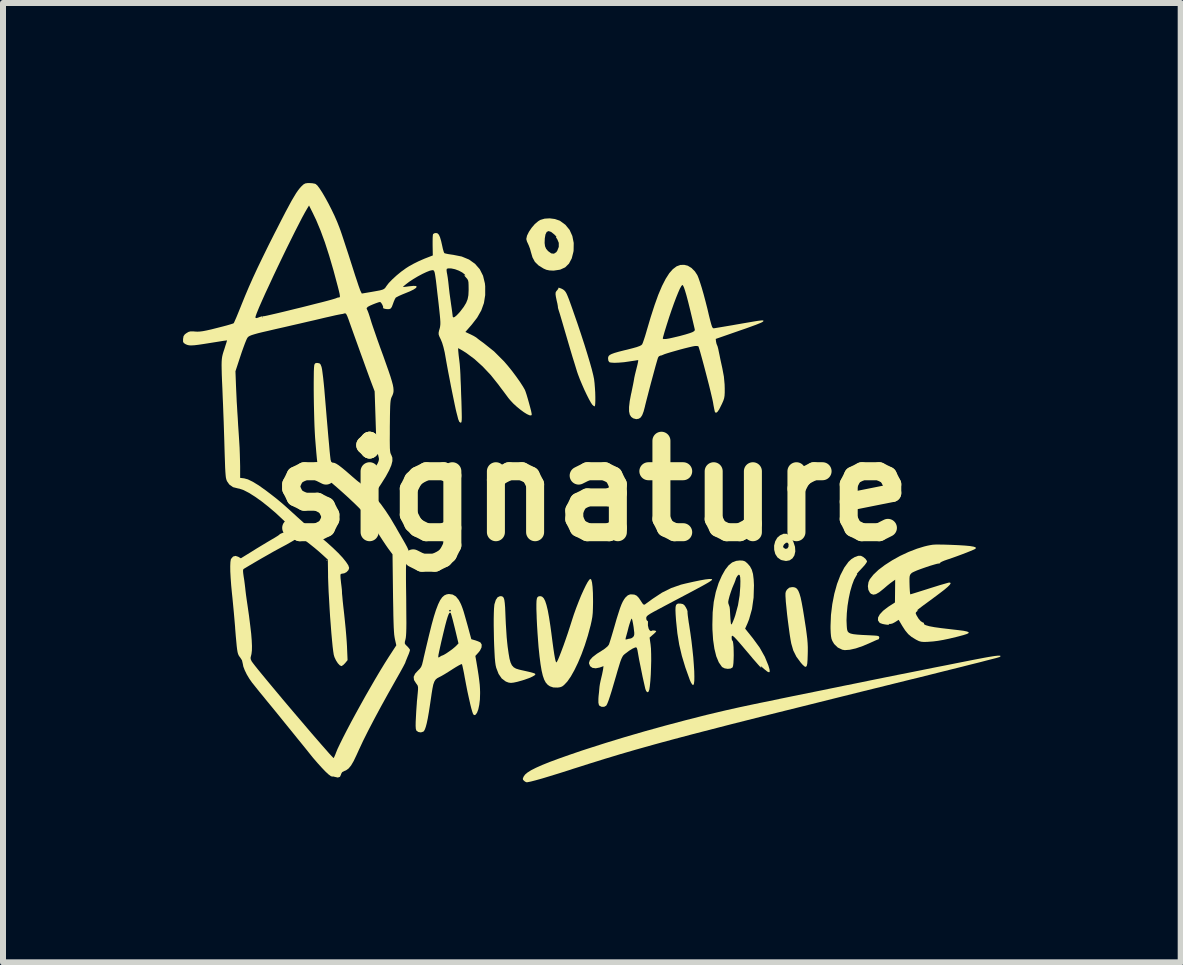
<source format=kicad_pcb>
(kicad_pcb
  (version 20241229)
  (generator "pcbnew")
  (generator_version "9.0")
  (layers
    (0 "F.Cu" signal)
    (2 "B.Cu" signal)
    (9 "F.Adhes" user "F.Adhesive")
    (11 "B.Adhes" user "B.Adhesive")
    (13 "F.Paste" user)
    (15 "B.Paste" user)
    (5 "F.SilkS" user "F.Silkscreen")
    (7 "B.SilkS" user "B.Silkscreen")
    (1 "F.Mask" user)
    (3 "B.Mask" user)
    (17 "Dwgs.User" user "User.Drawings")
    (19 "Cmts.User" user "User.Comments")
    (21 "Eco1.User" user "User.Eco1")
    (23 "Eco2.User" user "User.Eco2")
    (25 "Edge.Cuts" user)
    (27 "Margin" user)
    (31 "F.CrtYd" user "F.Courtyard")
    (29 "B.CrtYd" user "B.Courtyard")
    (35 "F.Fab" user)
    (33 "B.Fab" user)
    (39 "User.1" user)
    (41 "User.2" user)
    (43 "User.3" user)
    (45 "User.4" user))
  (footprint "signature"
    (layer "F.Cu")
    (at 6.809 5.128)
    (property "Reference" "signature" (at 0 0 0) (layer "F.SilkS") (effects (font (size 1.524 1.524) (thickness 0.3))))
    (attr board_only exclude_from_pos_files exclude_from_bom)
    (fp_poly (pts (xy -4.405 1.157) (xy -4.412 1.165) (xy -4.42 1.157) (xy -4.412 1.15)) (stroke (width 0) (type solid)) (fill yes) (layer "F.SilkS"))
    (fp_poly (pts (xy 3.249 0.716) (xy 3.294 0.745) (xy 3.337 0.802) (xy 3.359 0.847) (xy 3.387 0.932) (xy 3.392 1.009) (xy 3.377 1.075) (xy 3.345 1.125) (xy 3.297 1.158) (xy 3.237 1.169) (xy 3.166 1.155) (xy 3.148 1.148) (xy 3.094 1.109) (xy 3.058 1.052) (xy 3.04 0.983) (xy 3.039 0.926) (xy 3.188 0.926) (xy 3.196 0.948) (xy 3.227 0.967) (xy 3.258 0.961) (xy 3.278 0.933) (xy 3.278 0.931) (xy 3.28 0.888) (xy 3.264 0.865) (xy 3.237 0.865) (xy 3.206 0.892) (xy 3.203 0.895) (xy 3.188 0.926) (xy 3.039 0.926) (xy 3.039 0.911) (xy 3.057 0.841) (xy 3.092 0.78) (xy 3.138 0.741) (xy 3.197 0.715)) (stroke (width 0) (type solid)) (fill yes) (layer "F.SilkS"))
    (fp_poly (pts (xy 1.477 1.879) (xy 1.482 1.879) (xy 1.52 1.887) (xy 1.546 1.908) (xy 1.569 1.943) (xy 1.588 1.981) (xy 1.596 2.008) (xy 1.596 2.014) (xy 1.596 2.032) (xy 1.6 2.074) (xy 1.608 2.134) (xy 1.618 2.205) (xy 1.62 2.213) (xy 1.642 2.359) (xy 1.662 2.503) (xy 1.678 2.643) (xy 1.692 2.776) (xy 1.701 2.897) (xy 1.708 3.005) (xy 1.71 3.096) (xy 1.709 3.166) (xy 1.703 3.214) (xy 1.692 3.236) (xy 1.689 3.237) (xy 1.672 3.224) (xy 1.651 3.189) (xy 1.634 3.15) (xy 1.56 2.943) (xy 1.502 2.751) (xy 1.458 2.564) (xy 1.427 2.374) (xy 1.406 2.171) (xy 1.405 2.161) (xy 1.398 2.061) (xy 1.395 1.987) (xy 1.397 1.935) (xy 1.405 1.903) (xy 1.421 1.885) (xy 1.444 1.878)) (stroke (width 0) (type solid)) (fill yes) (layer "F.SilkS"))
    (fp_poly (pts (xy 3.371 1.606) (xy 3.399 1.616) (xy 3.422 1.635) (xy 3.443 1.667) (xy 3.462 1.714) (xy 3.481 1.779) (xy 3.499 1.865) (xy 3.519 1.975) (xy 3.541 2.111) (xy 3.549 2.164) (xy 3.568 2.285) (xy 3.581 2.383) (xy 3.591 2.465) (xy 3.597 2.536) (xy 3.6 2.604) (xy 3.6 2.674) (xy 3.599 2.719) (xy 3.596 2.813) (xy 3.591 2.879) (xy 3.582 2.918) (xy 3.567 2.933) (xy 3.545 2.926) (xy 3.514 2.898) (xy 3.484 2.864) (xy 3.41 2.764) (xy 3.358 2.66) (xy 3.324 2.542) (xy 3.312 2.477) (xy 3.298 2.389) (xy 3.284 2.285) (xy 3.269 2.172) (xy 3.255 2.057) (xy 3.244 1.947) (xy 3.234 1.849) (xy 3.232 1.815) (xy 3.228 1.751) (xy 3.228 1.708) (xy 3.234 1.679) (xy 3.246 1.657) (xy 3.254 1.645) (xy 3.291 1.613) (xy 3.339 1.604)) (stroke (width 0) (type solid)) (fill yes) (layer "F.SilkS"))
    (fp_poly (pts (xy -1.498 1.757) (xy -1.48 1.766) (xy -1.466 1.785) (xy -1.456 1.818) (xy -1.449 1.869) (xy -1.443 1.94) (xy -1.439 2.036) (xy -1.436 2.11) (xy -1.431 2.219) (xy -1.424 2.331) (xy -1.417 2.439) (xy -1.408 2.532) (xy -1.401 2.596) (xy -1.385 2.709) (xy -1.37 2.796) (xy -1.352 2.861) (xy -1.33 2.907) (xy -1.3 2.94) (xy -1.262 2.962) (xy -1.211 2.978) (xy -1.169 2.988) (xy -1.079 3.008) (xy -1.015 3.023) (xy -0.973 3.035) (xy -0.949 3.044) (xy -0.939 3.053) (xy -0.938 3.056) (xy -0.952 3.074) (xy -0.99 3.096) (xy -1.047 3.121) (xy -1.117 3.146) (xy -1.158 3.159) (xy -1.24 3.182) (xy -1.301 3.195) (xy -1.346 3.2) (xy -1.384 3.195) (xy -1.42 3.182) (xy -1.435 3.175) (xy -1.5 3.126) (xy -1.552 3.05) (xy -1.591 2.949) (xy -1.601 2.906) (xy -1.608 2.857) (xy -1.615 2.783) (xy -1.62 2.691) (xy -1.625 2.586) (xy -1.629 2.472) (xy -1.631 2.355) (xy -1.633 2.24) (xy -1.633 2.132) (xy -1.631 2.037) (xy -1.628 1.96) (xy -1.623 1.905) (xy -1.621 1.89) (xy -1.598 1.817) (xy -1.568 1.773) (xy -1.529 1.755) (xy -1.521 1.755)) (stroke (width 0) (type solid)) (fill yes) (layer "F.SilkS"))
    (fp_poly (pts (xy -0.614 -4.529) (xy -0.538 -4.503) (xy -0.529 -4.499) (xy -0.439 -4.433) (xy -0.369 -4.348) (xy -0.323 -4.246) (xy -0.3 -4.13) (xy -0.302 -4.004) (xy -0.305 -3.983) (xy -0.333 -3.873) (xy -0.379 -3.786) (xy -0.443 -3.723) (xy -0.526 -3.685) (xy -0.628 -3.67) (xy -0.634 -3.669) (xy -0.703 -3.672) (xy -0.756 -3.683) (xy -0.802 -3.703) (xy -0.887 -3.756) (xy -0.947 -3.815) (xy -0.987 -3.889) (xy -1.012 -3.974) (xy -1.028 -4.033) (xy -1.05 -4.091) (xy -1.059 -4.11) (xy -1.068 -4.13) (xy -0.785 -4.13) (xy -0.778 -4.075) (xy -0.76 -4.033) (xy -0.728 -3.995) (xy -0.724 -3.992) (xy -0.674 -3.956) (xy -0.63 -3.951) (xy -0.592 -3.975) (xy -0.575 -3.998) (xy -0.549 -4.064) (xy -0.549 -4.132) (xy -0.574 -4.192) (xy -0.579 -4.199) (xy -0.595 -4.224) (xy -0.594 -4.232) (xy -0.59 -4.23) (xy -0.587 -4.232) (xy -0.603 -4.251) (xy -0.624 -4.272) (xy -0.677 -4.314) (xy -0.719 -4.328) (xy -0.75 -4.314) (xy -0.771 -4.271) (xy -0.782 -4.206) (xy -0.785 -4.13) (xy -1.068 -4.13) (xy -1.079 -4.153) (xy -1.089 -4.19) (xy -1.09 -4.198) (xy -1.078 -4.252) (xy -1.046 -4.317) (xy -1.001 -4.383) (xy -0.948 -4.445) (xy -0.891 -4.493) (xy -0.856 -4.514) (xy -0.785 -4.535) (xy -0.7 -4.54)) (stroke (width 0) (type solid)) (fill yes) (layer "F.SilkS"))
    (fp_poly (pts (xy -0.537 -3.381) (xy -0.509 -3.371) (xy -0.481 -3.357) (xy -0.464 -3.345) (xy -0.448 -3.33) (xy -0.433 -3.31) (xy -0.418 -3.283) (xy -0.401 -3.244) (xy -0.379 -3.189) (xy -0.352 -3.114) (xy -0.317 -3.016) (xy -0.303 -2.975) (xy -0.236 -2.783) (xy -0.175 -2.6) (xy -0.12 -2.431) (xy -0.072 -2.276) (xy -0.031 -2.139) (xy 0.002 -2.022) (xy 0.025 -1.929) (xy 0.039 -1.861) (xy 0.047 -1.794) (xy 0.053 -1.718) (xy 0.058 -1.64) (xy 0.06 -1.564) (xy 0.06 -1.498) (xy 0.058 -1.446) (xy 0.053 -1.414) (xy 0.048 -1.407) (xy 0.029 -1.417) (xy 0.01 -1.434) (xy -0.013 -1.468) (xy -0.045 -1.525) (xy -0.082 -1.598) (xy -0.122 -1.682) (xy -0.161 -1.771) (xy -0.198 -1.859) (xy -0.229 -1.941) (xy -0.243 -1.981) (xy -0.262 -2.043) (xy -0.288 -2.128) (xy -0.32 -2.23) (xy -0.354 -2.344) (xy -0.389 -2.463) (xy -0.423 -2.579) (xy -0.455 -2.688) (xy -0.484 -2.788) (xy -0.51 -2.876) (xy -0.531 -2.947) (xy -0.547 -2.997) (xy -0.555 -3.023) (xy -0.556 -3.026) (xy -0.563 -3.052) (xy -0.563 -3.059) (xy -0.565 -3.079) (xy -0.572 -3.119) (xy -0.583 -3.165) (xy -0.597 -3.232) (xy -0.603 -3.276) (xy -0.601 -3.306) (xy -0.589 -3.328) (xy -0.576 -3.342) (xy -0.558 -3.366) (xy -0.555 -3.379) (xy -0.555 -3.385)) (stroke (width 0) (type solid)) (fill yes) (layer "F.SilkS"))
    (fp_poly (pts (xy 4.486 1.083) (xy 4.525 1.103) (xy 4.561 1.133) (xy 4.583 1.165) (xy 4.587 1.178) (xy 4.576 1.199) (xy 4.55 1.235) (xy 4.511 1.279) (xy 4.492 1.299) (xy 4.453 1.34) (xy 4.427 1.37) (xy 4.416 1.384) (xy 4.418 1.384) (xy 4.424 1.387) (xy 4.413 1.407) (xy 4.407 1.416) (xy 4.371 1.48) (xy 4.338 1.568) (xy 4.307 1.674) (xy 4.282 1.792) (xy 4.262 1.916) (xy 4.25 2.04) (xy 4.245 2.158) (xy 4.249 2.25) (xy 4.252 2.29) (xy 4.257 2.321) (xy 4.267 2.346) (xy 4.285 2.364) (xy 4.315 2.378) (xy 4.359 2.388) (xy 4.421 2.395) (xy 4.505 2.401) (xy 4.613 2.406) (xy 4.708 2.411) (xy 4.756 2.415) (xy 4.781 2.422) (xy 4.79 2.436) (xy 4.791 2.444) (xy 4.784 2.469) (xy 4.776 2.475) (xy 4.756 2.481) (xy 4.716 2.498) (xy 4.665 2.521) (xy 4.655 2.526) (xy 4.52 2.584) (xy 4.401 2.625) (xy 4.299 2.648) (xy 4.217 2.654) (xy 4.175 2.647) (xy 4.1 2.611) (xy 4.039 2.552) (xy 4.009 2.501) (xy 3.995 2.465) (xy 3.987 2.423) (xy 3.982 2.369) (xy 3.979 2.295) (xy 3.979 2.25) (xy 3.986 2.068) (xy 4.008 1.888) (xy 4.042 1.714) (xy 4.087 1.552) (xy 4.143 1.405) (xy 4.208 1.279) (xy 4.277 1.184) (xy 4.326 1.138) (xy 4.383 1.103) (xy 4.439 1.083) (xy 4.485 1.082)) (stroke (width 0) (type solid)) (fill yes) (layer "F.SilkS"))
    (fp_poly (pts (xy -0.007 1.482) (xy 0.005 1.527) (xy 0.014 1.601) (xy 0.02 1.703) (xy 0.022 1.834) (xy 0.022 1.861) (xy 0.02 1.958) (xy 0.017 2.034) (xy 0.01 2.101) (xy -0.002 2.167) (xy -0.019 2.244) (xy -0.022 2.254) (xy -0.065 2.414) (xy -0.115 2.572) (xy -0.17 2.723) (xy -0.229 2.864) (xy -0.289 2.988) (xy -0.348 3.093) (xy -0.404 3.174) (xy -0.422 3.194) (xy -0.462 3.236) (xy -0.494 3.26) (xy -0.527 3.272) (xy -0.568 3.278) (xy -0.64 3.276) (xy -0.696 3.257) (xy -0.733 3.232) (xy -0.765 3.196) (xy -0.792 3.146) (xy -0.815 3.08) (xy -0.835 2.995) (xy -0.853 2.888) (xy -0.87 2.756) (xy -0.886 2.602) (xy -0.894 2.496) (xy -0.903 2.373) (xy -0.911 2.244) (xy -0.917 2.123) (xy -0.918 2.077) (xy -0.922 1.97) (xy -0.922 1.89) (xy -0.92 1.832) (xy -0.914 1.794) (xy -0.903 1.77) (xy -0.886 1.759) (xy -0.864 1.755) (xy -0.855 1.755) (xy -0.827 1.763) (xy -0.8 1.789) (xy -0.776 1.835) (xy -0.754 1.902) (xy -0.732 1.993) (xy -0.711 2.108) (xy -0.689 2.251) (xy -0.673 2.368) (xy -0.654 2.515) (xy -0.638 2.633) (xy -0.624 2.725) (xy -0.612 2.792) (xy -0.602 2.835) (xy -0.593 2.856) (xy -0.589 2.859) (xy -0.578 2.845) (xy -0.559 2.807) (xy -0.534 2.746) (xy -0.504 2.668) (xy -0.47 2.577) (xy -0.434 2.475) (xy -0.397 2.367) (xy -0.361 2.256) (xy -0.334 2.171) (xy -0.299 2.063) (xy -0.26 1.954) (xy -0.219 1.848) (xy -0.178 1.747) (xy -0.137 1.656) (xy -0.1 1.579) (xy -0.068 1.52) (xy -0.041 1.481) (xy -0.023 1.467)) (stroke (width 0) (type solid)) (fill yes) (layer "F.SilkS"))
    (fp_poly (pts (xy 6.804 2.746) (xy 6.813 2.754) (xy 6.796 2.769) (xy 6.779 2.774) (xy 6.734 2.787) (xy 6.663 2.805) (xy 6.57 2.829) (xy 6.455 2.859) (xy 6.321 2.892) (xy 6.169 2.931) (xy 6.003 2.972) (xy 5.823 3.017) (xy 5.632 3.065) (xy 5.432 3.115) (xy 5.328 3.14) (xy 4.896 3.247) (xy 4.491 3.347) (xy 4.113 3.441) (xy 3.761 3.529) (xy 3.432 3.611) (xy 3.126 3.687) (xy 2.842 3.758) (xy 2.577 3.825) (xy 2.331 3.887) (xy 2.102 3.946) (xy 1.889 4.001) (xy 1.691 4.052) (xy 1.506 4.101) (xy 1.333 4.147) (xy 1.17 4.191) (xy 1.017 4.233) (xy 0.871 4.274) (xy 0.732 4.313) (xy 0.598 4.352) (xy 0.467 4.39) (xy 0.339 4.429) (xy 0.212 4.467) (xy 0.085 4.507) (xy -0.044 4.547) (xy -0.175 4.589) (xy -0.312 4.632) (xy -0.356 4.647) (xy -0.536 4.704) (xy -0.692 4.752) (xy -0.824 4.792) (xy -0.931 4.822) (xy -1.012 4.843) (xy -1.066 4.854) (xy -1.085 4.856) (xy -1.109 4.846) (xy -1.127 4.832) (xy -1.145 4.813) (xy -1.148 4.797) (xy -1.139 4.771) (xy -1.133 4.759) (xy -1.11 4.727) (xy -1.07 4.693) (xy -1.01 4.655) (xy -0.929 4.614) (xy -0.826 4.568) (xy -0.699 4.517) (xy -0.548 4.461) (xy -0.37 4.398) (xy -0.165 4.328) (xy -0.076 4.299) (xy 0.227 4.202) (xy 0.551 4.103) (xy 0.888 4.005) (xy 1.231 3.91) (xy 1.574 3.819) (xy 1.909 3.734) (xy 2.229 3.658) (xy 2.452 3.608) (xy 2.546 3.588) (xy 2.663 3.563) (xy 2.802 3.534) (xy 2.961 3.502) (xy 3.136 3.465) (xy 3.326 3.426) (xy 3.528 3.385) (xy 3.741 3.342) (xy 3.961 3.297) (xy 4.186 3.251) (xy 4.415 3.205) (xy 4.644 3.158) (xy 4.871 3.112) (xy 5.095 3.067) (xy 5.313 3.024) (xy 5.522 2.982) (xy 5.72 2.942) (xy 5.905 2.906) (xy 6.074 2.872) (xy 6.226 2.842) (xy 6.357 2.816) (xy 6.467 2.795) (xy 6.551 2.779) (xy 6.608 2.769) (xy 6.613 2.768) (xy 6.705 2.753) (xy 6.768 2.746)) (stroke (width 0) (type solid)) (fill yes) (layer "F.SilkS"))
    (fp_poly (pts (xy 2.518 1.163) (xy 2.554 1.175) (xy 2.59 1.205) (xy 2.595 1.21) (xy 2.637 1.258) (xy 2.667 1.315) (xy 2.687 1.385) (xy 2.698 1.475) (xy 2.703 1.573) (xy 2.697 1.779) (xy 2.67 1.969) (xy 2.622 2.14) (xy 2.594 2.211) (xy 2.556 2.296) (xy 2.685 2.457) (xy 2.798 2.612) (xy 2.884 2.765) (xy 2.943 2.909) (xy 2.962 2.973) (xy 2.966 3.011) (xy 2.955 3.024) (xy 2.926 3.012) (xy 2.88 2.975) (xy 2.864 2.961) (xy 2.832 2.933) (xy 2.814 2.921) (xy 2.815 2.926) (xy 2.816 2.926) (xy 2.826 2.944) (xy 2.82 2.945) (xy 2.804 2.93) (xy 2.773 2.896) (xy 2.731 2.848) (xy 2.681 2.791) (xy 2.666 2.772) (xy 2.576 2.666) (xy 2.504 2.581) (xy 2.448 2.516) (xy 2.406 2.469) (xy 2.375 2.437) (xy 2.354 2.42) (xy 2.341 2.414) (xy 2.334 2.419) (xy 2.332 2.433) (xy 2.331 2.451) (xy 2.335 2.483) (xy 2.343 2.496) (xy 2.344 2.496) (xy 2.352 2.51) (xy 2.358 2.548) (xy 2.363 2.603) (xy 2.365 2.669) (xy 2.366 2.74) (xy 2.364 2.809) (xy 2.361 2.87) (xy 2.355 2.916) (xy 2.347 2.941) (xy 2.347 2.942) (xy 2.314 2.961) (xy 2.266 2.966) (xy 2.215 2.958) (xy 2.174 2.937) (xy 2.168 2.931) (xy 2.117 2.858) (xy 2.075 2.757) (xy 2.044 2.631) (xy 2.022 2.481) (xy 2.011 2.309) (xy 2.01 2.226) (xy 2.015 2.024) (xy 2.033 1.851) (xy 2.274 1.851) (xy 2.277 1.878) (xy 2.283 1.894) (xy 2.297 1.936) (xy 2.302 1.974) (xy 2.304 2.012) (xy 2.307 2.068) (xy 2.311 2.13) (xy 2.311 2.132) (xy 2.316 2.189) (xy 2.32 2.219) (xy 2.326 2.227) (xy 2.334 2.218) (xy 2.34 2.208) (xy 2.355 2.174) (xy 2.375 2.123) (xy 2.392 2.073) (xy 2.437 1.906) (xy 2.464 1.743) (xy 2.475 1.596) (xy 2.477 1.504) (xy 2.474 1.441) (xy 2.465 1.405) (xy 2.451 1.396) (xy 2.431 1.413) (xy 2.425 1.421) (xy 2.406 1.453) (xy 2.399 1.474) (xy 2.392 1.496) (xy 2.377 1.535) (xy 2.364 1.565) (xy 2.341 1.62) (xy 2.317 1.688) (xy 2.297 1.75) (xy 2.281 1.811) (xy 2.274 1.851) (xy 2.033 1.851) (xy 2.034 1.846) (xy 2.067 1.685) (xy 2.114 1.536) (xy 2.168 1.414) (xy 2.224 1.314) (xy 2.281 1.241) (xy 2.34 1.193) (xy 2.407 1.167) (xy 2.468 1.16)) (stroke (width 0) (type solid)) (fill yes) (layer "F.SilkS"))
    (fp_poly (pts (xy 5.867 0.896) (xy 5.964 0.899) (xy 6.106 0.905) (xy 6.219 0.912) (xy 6.304 0.92) (xy 6.362 0.93) (xy 6.394 0.941) (xy 6.402 0.954) (xy 6.387 0.969) (xy 6.36 0.982) (xy 6.31 1.003) (xy 6.243 1.03) (xy 6.167 1.059) (xy 6.086 1.089) (xy 6.008 1.117) (xy 5.938 1.141) (xy 5.931 1.143) (xy 5.874 1.163) (xy 5.832 1.181) (xy 5.809 1.194) (xy 5.807 1.198) (xy 5.801 1.208) (xy 5.789 1.21) (xy 5.755 1.215) (xy 5.701 1.23) (xy 5.634 1.25) (xy 5.56 1.275) (xy 5.486 1.301) (xy 5.419 1.326) (xy 5.367 1.349) (xy 5.336 1.365) (xy 5.333 1.367) (xy 5.316 1.384) (xy 5.304 1.401) (xy 5.297 1.425) (xy 5.294 1.46) (xy 5.294 1.514) (xy 5.296 1.59) (xy 5.297 1.615) (xy 5.3 1.668) (xy 5.304 1.707) (xy 5.308 1.724) (xy 5.309 1.725) (xy 5.325 1.72) (xy 5.365 1.708) (xy 5.426 1.689) (xy 5.502 1.665) (xy 5.591 1.637) (xy 5.625 1.626) (xy 5.718 1.597) (xy 5.801 1.571) (xy 5.871 1.551) (xy 5.923 1.536) (xy 5.953 1.528) (xy 5.957 1.528) (xy 5.976 1.532) (xy 5.979 1.545) (xy 5.964 1.567) (xy 5.93 1.601) (xy 5.876 1.647) (xy 5.799 1.706) (xy 5.7 1.78) (xy 5.612 1.845) (xy 5.527 1.907) (xy 5.466 1.953) (xy 5.43 1.982) (xy 5.418 1.996) (xy 5.429 1.994) (xy 5.438 1.99) (xy 5.442 1.99) (xy 5.424 2.005) (xy 5.423 2.005) (xy 5.402 2.024) (xy 5.398 2.043) (xy 5.412 2.074) (xy 5.414 2.078) (xy 5.445 2.129) (xy 5.48 2.17) (xy 5.511 2.191) (xy 5.521 2.194) (xy 5.535 2.201) (xy 5.534 2.207) (xy 5.537 2.223) (xy 5.567 2.239) (xy 5.626 2.256) (xy 5.712 2.272) (xy 5.828 2.288) (xy 5.973 2.305) (xy 5.997 2.308) (xy 6.112 2.321) (xy 6.197 2.332) (xy 6.253 2.344) (xy 6.28 2.356) (xy 6.279 2.369) (xy 6.25 2.385) (xy 6.194 2.403) (xy 6.112 2.425) (xy 6.077 2.434) (xy 5.956 2.463) (xy 5.856 2.484) (xy 5.769 2.499) (xy 5.69 2.509) (xy 5.609 2.515) (xy 5.598 2.516) (xy 5.535 2.518) (xy 5.49 2.514) (xy 5.453 2.504) (xy 5.41 2.483) (xy 5.401 2.478) (xy 5.329 2.434) (xy 5.272 2.386) (xy 5.222 2.325) (xy 5.174 2.251) (xy 5.114 2.149) (xy 5.053 2.188) (xy 5.013 2.209) (xy 4.98 2.218) (xy 4.97 2.218) (xy 4.955 2.217) (xy 4.956 2.222) (xy 4.95 2.23) (xy 4.924 2.231) (xy 4.886 2.226) (xy 4.846 2.218) (xy 4.811 2.206) (xy 4.795 2.197) (xy 4.769 2.158) (xy 4.771 2.11) (xy 4.8 2.057) (xy 4.855 1.998) (xy 4.935 1.936) (xy 4.956 1.922) (xy 5.052 1.86) (xy 5.054 1.67) (xy 5.056 1.48) (xy 5.007 1.515) (xy 4.972 1.541) (xy 4.923 1.58) (xy 4.871 1.625) (xy 4.859 1.635) (xy 4.79 1.69) (xy 4.736 1.721) (xy 4.692 1.73) (xy 4.656 1.717) (xy 4.636 1.7) (xy 4.609 1.65) (xy 4.601 1.588) (xy 4.611 1.521) (xy 4.633 1.473) (xy 4.693 1.397) (xy 4.778 1.316) (xy 4.884 1.236) (xy 5.005 1.158) (xy 5.138 1.084) (xy 5.277 1.019) (xy 5.419 0.964) (xy 5.54 0.927) (xy 5.593 0.914) (xy 5.638 0.905) (xy 5.681 0.898) (xy 5.73 0.895) (xy 5.79 0.895)) (stroke (width 0) (type solid)) (fill yes) (layer "F.SilkS"))
    (fp_poly (pts (xy -2.317 1.728) (xy -2.263 1.76) (xy -2.216 1.818) (xy -2.192 1.862) (xy -2.178 1.891) (xy -2.165 1.923) (xy -2.151 1.961) (xy -2.135 2.009) (xy -2.117 2.071) (xy -2.094 2.152) (xy -2.065 2.255) (xy -2.041 2.344) (xy -2.006 2.472) (xy -1.94 2.491) (xy -1.895 2.507) (xy -1.86 2.523) (xy -1.853 2.528) (xy -1.833 2.562) (xy -1.836 2.609) (xy -1.862 2.662) (xy -1.885 2.691) (xy -1.939 2.751) (xy -1.922 2.847) (xy -1.901 2.973) (xy -1.885 3.076) (xy -1.874 3.16) (xy -1.866 3.23) (xy -1.862 3.292) (xy -1.86 3.352) (xy -1.86 3.375) (xy -1.863 3.476) (xy -1.874 3.566) (xy -1.89 3.641) (xy -1.911 3.697) (xy -1.935 3.73) (xy -1.953 3.737) (xy -1.966 3.732) (xy -1.978 3.715) (xy -1.99 3.681) (xy -2.006 3.626) (xy -2.026 3.546) (xy -2.027 3.54) (xy -2.048 3.447) (xy -2.072 3.337) (xy -2.094 3.225) (xy -2.113 3.123) (xy -2.114 3.12) (xy -2.128 3.041) (xy -2.142 2.973) (xy -2.153 2.922) (xy -2.161 2.892) (xy -2.163 2.887) (xy -2.178 2.89) (xy -2.214 2.908) (xy -2.264 2.937) (xy -2.323 2.974) (xy -2.324 2.975) (xy -2.39 3.017) (xy -2.455 3.057) (xy -2.509 3.088) (xy -2.541 3.104) (xy -2.576 3.123) (xy -2.603 3.147) (xy -2.623 3.18) (xy -2.64 3.228) (xy -2.654 3.296) (xy -2.669 3.388) (xy -2.671 3.404) (xy -2.694 3.56) (xy -2.714 3.689) (xy -2.732 3.792) (xy -2.749 3.873) (xy -2.765 3.933) (xy -2.78 3.975) (xy -2.795 4.002) (xy -2.806 4.012) (xy -2.846 4.025) (xy -2.889 4.018) (xy -2.92 3.996) (xy -2.923 3.991) (xy -2.931 3.964) (xy -2.934 3.917) (xy -2.933 3.848) (xy -2.929 3.768) (xy -2.924 3.675) (xy -2.919 3.604) (xy -2.915 3.549) (xy -2.912 3.502) (xy -2.907 3.455) (xy -2.902 3.4) (xy -2.899 3.37) (xy -2.894 3.31) (xy -2.894 3.272) (xy -2.9 3.245) (xy -2.915 3.222) (xy -2.927 3.206) (xy -2.961 3.152) (xy -2.967 3.099) (xy -2.943 3.047) (xy -2.9 3) (xy -2.866 2.966) (xy -2.843 2.935) (xy -2.827 2.896) (xy -2.813 2.84) (xy -2.808 2.82) (xy -2.797 2.767) (xy -2.795 2.76) (xy -2.557 2.76) (xy -2.555 2.775) (xy -2.548 2.776) (xy -2.536 2.769) (xy -2.534 2.767) (xy -2.505 2.749) (xy -2.49 2.744) (xy -2.465 2.733) (xy -2.424 2.709) (xy -2.374 2.675) (xy -2.324 2.639) (xy -2.282 2.604) (xy -2.257 2.581) (xy -2.22 2.542) (xy -2.278 2.3) (xy -2.299 2.217) (xy -2.317 2.145) (xy -2.333 2.087) (xy -2.344 2.05) (xy -2.348 2.039) (xy -2.359 2.029) (xy -2.371 2.034) (xy -2.384 2.056) (xy -2.4 2.098) (xy -2.419 2.16) (xy -2.442 2.246) (xy -2.469 2.357) (xy -2.502 2.496) (xy -2.505 2.508) (xy -2.527 2.607) (xy -2.543 2.68) (xy -2.553 2.73) (xy -2.557 2.76) (xy -2.795 2.76) (xy -2.779 2.692) (xy -2.758 2.602) (xy -2.734 2.502) (xy -2.71 2.401) (xy -2.708 2.394) (xy -2.667 2.229) (xy -2.629 2.092) (xy -2.599 1.997) (xy -2.377 1.997) (xy -2.365 2.012) (xy -2.361 2.012) (xy -2.347 2.001) (xy -2.346 1.997) (xy -2.358 1.982) (xy -2.361 1.982) (xy -2.376 1.993) (xy -2.377 1.997) (xy -2.599 1.997) (xy -2.593 1.98) (xy -2.559 1.891) (xy -2.526 1.823) (xy -2.492 1.774) (xy -2.456 1.742) (xy -2.417 1.725) (xy -2.38 1.719)) (stroke (width 0) (type solid)) (fill yes) (layer "F.SilkS"))
    (fp_poly (pts (xy 1.991 1.47) (xy 2.001 1.472) (xy 2.006 1.476) (xy 2.004 1.483) (xy 1.994 1.493) (xy 1.973 1.508) (xy 1.94 1.529) (xy 1.893 1.556) (xy 1.83 1.591) (xy 1.75 1.634) (xy 1.651 1.687) (xy 1.53 1.751) (xy 1.386 1.827) (xy 1.218 1.916) (xy 1.192 1.93) (xy 1.098 1.98) (xy 1.027 2.018) (xy 0.976 2.047) (xy 0.942 2.069) (xy 0.922 2.086) (xy 0.912 2.101) (xy 0.908 2.115) (xy 0.908 2.121) (xy 0.913 2.152) (xy 0.924 2.163) (xy 0.937 2.175) (xy 0.937 2.182) (xy 0.936 2.243) (xy 0.948 2.295) (xy 0.964 2.323) (xy 0.985 2.337) (xy 0.995 2.334) (xy 1.01 2.327) (xy 1.039 2.326) (xy 1.065 2.332) (xy 1.075 2.341) (xy 1.064 2.355) (xy 1.038 2.381) (xy 1.019 2.397) (xy 0.964 2.445) (xy 0.98 2.557) (xy 0.987 2.628) (xy 0.99 2.721) (xy 0.991 2.829) (xy 0.988 2.944) (xy 0.984 3.058) (xy 0.977 3.164) (xy 0.968 3.254) (xy 0.959 3.313) (xy 0.945 3.349) (xy 0.927 3.356) (xy 0.907 3.336) (xy 0.893 3.299) (xy 0.882 3.251) (xy 0.866 3.18) (xy 0.847 3.095) (xy 0.828 3.001) (xy 0.809 2.907) (xy 0.791 2.819) (xy 0.778 2.746) (xy 0.772 2.711) (xy 0.762 2.655) (xy 0.753 2.623) (xy 0.743 2.609) (xy 0.728 2.609) (xy 0.721 2.611) (xy 0.68 2.629) (xy 0.625 2.663) (xy 0.566 2.707) (xy 0.54 2.728) (xy 0.524 2.744) (xy 0.51 2.767) (xy 0.494 2.8) (xy 0.476 2.848) (xy 0.455 2.916) (xy 0.428 3.005) (xy 0.409 3.072) (xy 0.367 3.215) (xy 0.333 3.331) (xy 0.304 3.423) (xy 0.281 3.491) (xy 0.262 3.54) (xy 0.247 3.57) (xy 0.24 3.58) (xy 0.208 3.598) (xy 0.167 3.599) (xy 0.131 3.582) (xy 0.12 3.568) (xy 0.111 3.53) (xy 0.111 3.467) (xy 0.114 3.421) (xy 0.121 3.358) (xy 0.126 3.301) (xy 0.13 3.262) (xy 0.13 3.26) (xy 0.136 3.221) (xy 0.147 3.167) (xy 0.159 3.116) (xy 0.173 3.057) (xy 0.184 3.002) (xy 0.19 2.97) (xy 0.196 2.921) (xy 0.132 2.944) (xy 0.066 2.957) (xy 0.011 2.949) (xy -0.027 2.921) (xy -0.045 2.876) (xy -0.045 2.864) (xy -0.031 2.821) (xy 0.013 2.771) (xy 0.087 2.714) (xy 0.162 2.667) (xy 0.219 2.629) (xy 0.263 2.592) (xy 0.285 2.564) (xy 0.295 2.537) (xy 0.311 2.486) (xy 0.314 2.477) (xy 0.563 2.477) (xy 0.581 2.475) (xy 0.585 2.474) (xy 0.621 2.464) (xy 0.638 2.463) (xy 0.667 2.453) (xy 0.69 2.435) (xy 0.702 2.418) (xy 0.708 2.397) (xy 0.709 2.365) (xy 0.703 2.316) (xy 0.698 2.273) (xy 0.688 2.212) (xy 0.678 2.163) (xy 0.67 2.133) (xy 0.667 2.129) (xy 0.659 2.137) (xy 0.646 2.17) (xy 0.629 2.221) (xy 0.614 2.272) (xy 0.597 2.34) (xy 0.581 2.398) (xy 0.569 2.441) (xy 0.565 2.457) (xy 0.563 2.477) (xy 0.314 2.477) (xy 0.332 2.418) (xy 0.356 2.337) (xy 0.377 2.265) (xy 0.414 2.136) (xy 0.446 2.034) (xy 0.472 1.954) (xy 0.496 1.891) (xy 0.518 1.844) (xy 0.54 1.807) (xy 0.562 1.777) (xy 0.563 1.776) (xy 0.601 1.741) (xy 0.638 1.726) (xy 0.661 1.725) (xy 0.711 1.729) (xy 0.749 1.747) (xy 0.784 1.783) (xy 0.817 1.832) (xy 0.844 1.874) (xy 0.862 1.894) (xy 0.878 1.897) (xy 0.892 1.889) (xy 0.917 1.87) (xy 0.959 1.84) (xy 1.008 1.804) (xy 1.018 1.797) (xy 1.171 1.696) (xy 1.324 1.62) (xy 1.487 1.563) (xy 1.56 1.545) (xy 1.693 1.515) (xy 1.804 1.492) (xy 1.893 1.476) (xy 1.956 1.469)) (stroke (width 0) (type solid)) (fill yes) (layer "F.SilkS"))
    (fp_poly (pts (xy 1.6 -3.751) (xy 1.661 -3.714) (xy 1.719 -3.656) (xy 1.76 -3.593) (xy 1.779 -3.547) (xy 1.804 -3.475) (xy 1.833 -3.384) (xy 1.864 -3.276) (xy 1.896 -3.156) (xy 1.928 -3.03) (xy 1.953 -2.923) (xy 1.975 -2.835) (xy 1.992 -2.773) (xy 2.005 -2.734) (xy 2.018 -2.713) (xy 2.028 -2.708) (xy 2.049 -2.71) (xy 2.096 -2.718) (xy 2.163 -2.729) (xy 2.246 -2.743) (xy 2.341 -2.759) (xy 2.385 -2.767) (xy 2.517 -2.79) (xy 2.623 -2.808) (xy 2.705 -2.822) (xy 2.766 -2.832) (xy 2.809 -2.837) (xy 2.837 -2.84) (xy 2.853 -2.839) (xy 2.86 -2.836) (xy 2.861 -2.832) (xy 2.858 -2.824) (xy 2.847 -2.815) (xy 2.825 -2.803) (xy 2.789 -2.788) (xy 2.737 -2.767) (xy 2.666 -2.741) (xy 2.572 -2.707) (xy 2.453 -2.666) (xy 2.422 -2.655) (xy 2.066 -2.531) (xy 2.071 -2.487) (xy 2.079 -2.45) (xy 2.088 -2.428) (xy 2.097 -2.406) (xy 2.108 -2.364) (xy 2.118 -2.315) (xy 2.13 -2.258) (xy 2.145 -2.183) (xy 2.163 -2.101) (xy 2.176 -2.042) (xy 2.202 -1.903) (xy 2.214 -1.773) (xy 2.216 -1.709) (xy 2.216 -1.637) (xy 2.213 -1.584) (xy 2.206 -1.542) (xy 2.192 -1.5) (xy 2.169 -1.448) (xy 2.158 -1.426) (xy 2.123 -1.356) (xy 2.094 -1.315) (xy 2.071 -1.3) (xy 2.053 -1.312) (xy 2.053 -1.313) (xy 2.048 -1.332) (xy 2.039 -1.373) (xy 2.028 -1.431) (xy 2.021 -1.474) (xy 2.012 -1.517) (xy 1.997 -1.582) (xy 1.978 -1.663) (xy 1.955 -1.757) (xy 1.929 -1.858) (xy 1.902 -1.962) (xy 1.875 -2.065) (xy 1.849 -2.162) (xy 1.825 -2.249) (xy 1.805 -2.321) (xy 1.789 -2.374) (xy 1.779 -2.404) (xy 1.777 -2.407) (xy 1.759 -2.413) (xy 1.723 -2.413) (xy 1.714 -2.412) (xy 1.677 -2.405) (xy 1.621 -2.392) (xy 1.552 -2.375) (xy 1.476 -2.355) (xy 1.398 -2.333) (xy 1.324 -2.312) (xy 1.261 -2.293) (xy 1.215 -2.278) (xy 1.191 -2.268) (xy 1.189 -2.267) (xy 1.162 -2.256) (xy 1.147 -2.254) (xy 1.12 -2.242) (xy 1.105 -2.22) (xy 1.097 -2.195) (xy 1.082 -2.144) (xy 1.062 -2.074) (xy 1.039 -1.989) (xy 1.013 -1.893) (xy 0.985 -1.79) (xy 0.958 -1.687) (xy 0.932 -1.586) (xy 0.908 -1.494) (xy 0.888 -1.414) (xy 0.887 -1.407) (xy 0.864 -1.321) (xy 0.841 -1.261) (xy 0.816 -1.223) (xy 0.785 -1.202) (xy 0.747 -1.195) (xy 0.739 -1.195) (xy 0.691 -1.208) (xy 0.658 -1.232) (xy 0.634 -1.269) (xy 0.622 -1.324) (xy 0.622 -1.398) (xy 0.633 -1.494) (xy 0.656 -1.616) (xy 0.66 -1.63) (xy 0.675 -1.704) (xy 0.689 -1.772) (xy 0.699 -1.824) (xy 0.704 -1.853) (xy 0.71 -1.888) (xy 0.722 -1.942) (xy 0.738 -2.007) (xy 0.746 -2.039) (xy 0.761 -2.098) (xy 0.771 -2.145) (xy 0.775 -2.173) (xy 0.774 -2.178) (xy 0.756 -2.176) (xy 0.715 -2.169) (xy 0.659 -2.161) (xy 0.628 -2.156) (xy 0.537 -2.143) (xy 0.451 -2.136) (xy 0.377 -2.133) (xy 0.32 -2.137) (xy 0.296 -2.142) (xy 0.278 -2.165) (xy 0.272 -2.202) (xy 0.274 -2.227) (xy 0.283 -2.247) (xy 0.301 -2.264) (xy 0.332 -2.28) (xy 0.381 -2.298) (xy 0.45 -2.318) (xy 0.545 -2.342) (xy 0.588 -2.352) (xy 0.681 -2.376) (xy 0.749 -2.395) (xy 0.796 -2.412) (xy 0.824 -2.426) (xy 0.84 -2.441) (xy 0.84 -2.441) (xy 0.852 -2.468) (xy 0.869 -2.517) (xy 0.875 -2.535) (xy 1.184 -2.535) (xy 1.198 -2.529) (xy 1.232 -2.53) (xy 1.245 -2.531) (xy 1.288 -2.538) (xy 1.351 -2.552) (xy 1.423 -2.569) (xy 1.469 -2.58) (xy 1.564 -2.606) (xy 1.632 -2.627) (xy 1.678 -2.644) (xy 1.705 -2.66) (xy 1.717 -2.675) (xy 1.717 -2.689) (xy 1.674 -2.872) (xy 1.637 -3.027) (xy 1.605 -3.155) (xy 1.578 -3.257) (xy 1.555 -3.334) (xy 1.537 -3.388) (xy 1.522 -3.419) (xy 1.511 -3.43) (xy 1.509 -3.43) (xy 1.493 -3.412) (xy 1.469 -3.369) (xy 1.44 -3.303) (xy 1.406 -3.219) (xy 1.369 -3.121) (xy 1.33 -3.011) (xy 1.29 -2.893) (xy 1.251 -2.771) (xy 1.213 -2.648) (xy 1.186 -2.552) (xy 1.184 -2.535) (xy 0.875 -2.535) (xy 0.89 -2.581) (xy 0.912 -2.655) (xy 0.914 -2.663) (xy 0.982 -2.893) (xy 1.047 -3.094) (xy 1.109 -3.267) (xy 1.171 -3.413) (xy 1.232 -3.532) (xy 1.292 -3.626) (xy 1.353 -3.695) (xy 1.415 -3.741) (xy 1.478 -3.764) (xy 1.543 -3.765)) (stroke (width 0) (type solid)) (fill yes) (layer "F.SilkS"))
    (fp_poly (pts (xy -4.656 -5.125) (xy -4.613 -5.117) (xy -4.6 -5.112) (xy -4.571 -5.087) (xy -4.534 -5.038) (xy -4.489 -4.969) (xy -4.44 -4.885) (xy -4.388 -4.79) (xy -4.336 -4.688) (xy -4.286 -4.584) (xy -4.241 -4.481) (xy -4.204 -4.387) (xy -4.185 -4.335) (xy -4.159 -4.259) (xy -4.128 -4.165) (xy -4.093 -4.058) (xy -4.055 -3.943) (xy -4.017 -3.824) (xy -4.011 -3.805) (xy -3.975 -3.693) (xy -3.942 -3.589) (xy -3.911 -3.497) (xy -3.886 -3.421) (xy -3.866 -3.365) (xy -3.854 -3.332) (xy -3.851 -3.327) (xy -3.831 -3.287) (xy -3.671 -3.314) (xy -3.587 -3.329) (xy -3.528 -3.34) (xy -3.488 -3.351) (xy -3.462 -3.363) (xy -3.443 -3.379) (xy -3.428 -3.4) (xy -3.421 -3.411) (xy -3.382 -3.462) (xy -3.323 -3.523) (xy -3.251 -3.589) (xy -3.173 -3.653) (xy -3.135 -3.68) (xy -2.419 -3.68) (xy -2.415 -3.642) (xy -2.408 -3.606) (xy -2.399 -3.551) (xy -2.39 -3.482) (xy -2.384 -3.427) (xy -2.378 -3.37) (xy -2.369 -3.293) (xy -2.357 -3.206) (xy -2.345 -3.12) (xy -2.345 -3.119) (xy -2.334 -3.044) (xy -2.325 -2.979) (xy -2.319 -2.931) (xy -2.316 -2.905) (xy -2.316 -2.903) (xy -2.307 -2.889) (xy -2.284 -2.896) (xy -2.25 -2.924) (xy -2.208 -2.968) (xy -2.191 -2.988) (xy -2.133 -3.064) (xy -2.093 -3.13) (xy -2.068 -3.192) (xy -2.055 -3.26) (xy -2.051 -3.344) (xy -2.051 -3.361) (xy -2.052 -3.429) (xy -2.054 -3.475) (xy -2.06 -3.505) (xy -2.072 -3.528) (xy -2.092 -3.551) (xy -2.096 -3.556) (xy -2.119 -3.582) (xy -2.124 -3.594) (xy -2.119 -3.592) (xy -2.105 -3.586) (xy -2.11 -3.596) (xy -2.119 -3.608) (xy -2.157 -3.638) (xy -2.213 -3.668) (xy -2.277 -3.692) (xy -2.338 -3.705) (xy -2.358 -3.706) (xy -2.394 -3.706) (xy -2.414 -3.699) (xy -2.419 -3.68) (xy -3.135 -3.68) (xy -3.094 -3.71) (xy -3.042 -3.743) (xy -2.966 -3.785) (xy -2.879 -3.828) (xy -2.796 -3.864) (xy -2.782 -3.87) (xy -2.648 -3.922) (xy -2.651 -4.091) (xy -2.651 -4.161) (xy -2.65 -4.22) (xy -2.647 -4.262) (xy -2.643 -4.278) (xy -2.621 -4.292) (xy -2.594 -4.296) (xy -2.569 -4.29) (xy -2.547 -4.267) (xy -2.528 -4.226) (xy -2.509 -4.161) (xy -2.492 -4.086) (xy -2.48 -4.031) (xy -2.467 -3.986) (xy -2.457 -3.962) (xy -2.456 -3.961) (xy -2.436 -3.954) (xy -2.393 -3.945) (xy -2.335 -3.936) (xy -2.307 -3.932) (xy -2.166 -3.904) (xy -2.045 -3.854) (xy -1.945 -3.783) (xy -1.866 -3.693) (xy -1.811 -3.584) (xy -1.78 -3.457) (xy -1.775 -3.408) (xy -1.775 -3.261) (xy -1.796 -3.129) (xy -1.84 -3.006) (xy -1.909 -2.885) (xy -1.998 -2.77) (xy -2.105 -2.647) (xy -2.017 -2.606) (xy -1.969 -2.582) (xy -1.932 -2.56) (xy -1.915 -2.548) (xy -1.896 -2.532) (xy -1.859 -2.504) (xy -1.812 -2.47) (xy -1.801 -2.462) (xy -1.628 -2.324) (xy -1.461 -2.157) (xy -1.398 -2.084) (xy -1.327 -1.996) (xy -1.259 -1.905) (xy -1.196 -1.816) (xy -1.145 -1.737) (xy -1.114 -1.683) (xy -1.102 -1.652) (xy -1.085 -1.601) (xy -1.066 -1.537) (xy -1.046 -1.466) (xy -1.027 -1.396) (xy -1.011 -1.335) (xy -1.002 -1.29) (xy -0.999 -1.271) (xy -1.009 -1.256) (xy -1.037 -1.259) (xy -1.079 -1.278) (xy -1.131 -1.31) (xy -1.188 -1.352) (xy -1.248 -1.401) (xy -1.306 -1.454) (xy -1.358 -1.51) (xy -1.388 -1.546) (xy -1.422 -1.592) (xy -1.468 -1.654) (xy -1.519 -1.721) (xy -1.555 -1.77) (xy -1.682 -1.929) (xy -1.817 -2.072) (xy -1.955 -2.197) (xy -2.091 -2.298) (xy -2.153 -2.337) (xy -2.225 -2.378) (xy -2.225 -2.343) (xy -2.222 -2.31) (xy -2.217 -2.258) (xy -2.21 -2.201) (xy -2.205 -2.16) (xy -2.2 -2.117) (xy -2.196 -2.069) (xy -2.192 -2.011) (xy -2.188 -1.94) (xy -2.185 -1.852) (xy -2.18 -1.745) (xy -2.176 -1.614) (xy -2.171 -1.486) (xy -2.168 -1.374) (xy -2.166 -1.288) (xy -2.165 -1.226) (xy -2.166 -1.182) (xy -2.169 -1.155) (xy -2.173 -1.141) (xy -2.18 -1.135) (xy -2.184 -1.135) (xy -2.206 -1.149) (xy -2.224 -1.192) (xy -2.225 -1.195) (xy -2.239 -1.251) (xy -2.254 -1.308) (xy -2.255 -1.312) (xy -2.267 -1.363) (xy -2.283 -1.438) (xy -2.302 -1.531) (xy -2.324 -1.638) (xy -2.347 -1.752) (xy -2.369 -1.868) (xy -2.391 -1.98) (xy -2.41 -2.083) (xy -2.426 -2.171) (xy -2.43 -2.195) (xy -2.45 -2.308) (xy -2.471 -2.396) (xy -2.492 -2.466) (xy -2.514 -2.52) (xy -2.538 -2.57) (xy -2.55 -2.604) (xy -2.551 -2.634) (xy -2.544 -2.669) (xy -2.536 -2.695) (xy -2.529 -2.721) (xy -2.525 -2.747) (xy -2.522 -2.776) (xy -2.522 -2.814) (xy -2.525 -2.863) (xy -2.531 -2.929) (xy -2.54 -3.015) (xy -2.552 -3.125) (xy -2.558 -3.177) (xy -2.574 -3.313) (xy -2.586 -3.421) (xy -2.596 -3.506) (xy -2.605 -3.569) (xy -2.612 -3.614) (xy -2.619 -3.645) (xy -2.627 -3.663) (xy -2.635 -3.673) (xy -2.644 -3.676) (xy -2.655 -3.676) (xy -2.66 -3.676) (xy -2.697 -3.668) (xy -2.753 -3.646) (xy -2.821 -3.614) (xy -2.896 -3.574) (xy -2.97 -3.53) (xy -3.037 -3.486) (xy -3.048 -3.478) (xy -3.094 -3.443) (xy -3.128 -3.415) (xy -3.145 -3.399) (xy -3.146 -3.397) (xy -3.13 -3.397) (xy -3.092 -3.401) (xy -3.04 -3.408) (xy -3.039 -3.408) (xy -2.97 -3.415) (xy -2.929 -3.413) (xy -2.916 -3.401) (xy -2.928 -3.381) (xy -2.966 -3.355) (xy -3.029 -3.324) (xy -3.095 -3.297) (xy -3.159 -3.271) (xy -3.213 -3.247) (xy -3.251 -3.227) (xy -3.265 -3.219) (xy -3.28 -3.194) (xy -3.299 -3.15) (xy -3.311 -3.116) (xy -3.33 -3.066) (xy -3.348 -3.039) (xy -3.371 -3.029) (xy -3.373 -3.028) (xy -3.408 -3.027) (xy -3.443 -3.032) (xy -3.47 -3.04) (xy -3.477 -3.05) (xy -3.476 -3.051) (xy -3.476 -3.069) (xy -3.488 -3.099) (xy -3.506 -3.129) (xy -3.523 -3.146) (xy -3.527 -3.147) (xy -3.553 -3.141) (xy -3.596 -3.126) (xy -3.647 -3.106) (xy -3.693 -3.086) (xy -3.727 -3.068) (xy -3.732 -3.065) (xy -3.751 -3.043) (xy -3.745 -3.023) (xy -3.734 -3.001) (xy -3.717 -2.956) (xy -3.698 -2.898) (xy -3.686 -2.859) (xy -3.668 -2.8) (xy -3.641 -2.72) (xy -3.608 -2.625) (xy -3.573 -2.523) (xy -3.536 -2.42) (xy -3.531 -2.405) (xy -3.472 -2.244) (xy -3.424 -2.108) (xy -3.384 -1.995) (xy -3.353 -1.903) (xy -3.33 -1.827) (xy -3.314 -1.767) (xy -3.305 -1.719) (xy -3.302 -1.68) (xy -3.303 -1.647) (xy -3.31 -1.618) (xy -3.32 -1.591) (xy -3.33 -1.57) (xy -3.339 -1.55) (xy -3.346 -1.527) (xy -3.351 -1.498) (xy -3.355 -1.459) (xy -3.358 -1.407) (xy -3.36 -1.337) (xy -3.362 -1.246) (xy -3.363 -1.13) (xy -3.364 -1.074) (xy -3.364 -0.947) (xy -3.365 -0.847) (xy -3.364 -0.769) (xy -3.363 -0.712) (xy -3.36 -0.67) (xy -3.356 -0.64) (xy -3.35 -0.62) (xy -3.343 -0.604) (xy -3.339 -0.598) (xy -3.322 -0.553) (xy -3.321 -0.496) (xy -3.339 -0.426) (xy -3.376 -0.34) (xy -3.432 -0.237) (xy -3.509 -0.115) (xy -3.528 -0.086) (xy -3.636 0.076) (xy -3.578 0.142) (xy -3.511 0.224) (xy -3.436 0.329) (xy -3.357 0.449) (xy -3.279 0.581) (xy -3.273 0.59) (xy -3.229 0.668) (xy -3.181 0.751) (xy -3.137 0.827) (xy -3.113 0.869) (xy -3.077 0.935) (xy -3.055 0.984) (xy -3.045 1.026) (xy -3.043 1.063) (xy -3.048 1.118) (xy -3.064 1.153) (xy -3.071 1.159) (xy -3.078 1.166) (xy -3.084 1.177) (xy -3.088 1.193) (xy -3.091 1.219) (xy -3.094 1.256) (xy -3.095 1.307) (xy -3.095 1.377) (xy -3.095 1.466) (xy -3.094 1.579) (xy -3.092 1.718) (xy -3.091 1.794) (xy -3.09 1.957) (xy -3.089 2.093) (xy -3.088 2.203) (xy -3.089 2.292) (xy -3.091 2.36) (xy -3.094 2.412) (xy -3.098 2.449) (xy -3.103 2.474) (xy -3.114 2.517) (xy -3.114 2.544) (xy -3.099 2.567) (xy -3.075 2.589) (xy -3.046 2.621) (xy -3.029 2.646) (xy -3.028 2.652) (xy -3.034 2.675) (xy -3.048 2.716) (xy -3.067 2.761) (xy -3.087 2.81) (xy -3.102 2.848) (xy -3.108 2.867) (xy -3.117 2.884) (xy -3.137 2.923) (xy -3.168 2.98) (xy -3.207 3.05) (xy -3.249 3.124) (xy -3.391 3.376) (xy -3.517 3.604) (xy -3.628 3.811) (xy -3.725 3.997) (xy -3.809 4.165) (xy -3.88 4.317) (xy -3.92 4.405) (xy -3.967 4.503) (xy -4.009 4.575) (xy -4.051 4.626) (xy -4.094 4.657) (xy -4.119 4.667) (xy -4.158 4.687) (xy -4.176 4.718) (xy -4.178 4.729) (xy -4.195 4.765) (xy -4.23 4.777) (xy -4.276 4.767) (xy -4.308 4.759) (xy -4.324 4.761) (xy -4.346 4.754) (xy -4.384 4.726) (xy -4.435 4.679) (xy -4.496 4.615) (xy -4.566 4.538) (xy -4.642 4.45) (xy -4.705 4.372) (xy -4.756 4.308) (xy -4.823 4.225) (xy -4.903 4.127) (xy -4.99 4.019) (xy -5.082 3.906) (xy -5.174 3.792) (xy -5.244 3.706) (xy -5.328 3.603) (xy -5.408 3.506) (xy -5.481 3.416) (xy -5.546 3.337) (xy -5.598 3.272) (xy -5.636 3.224) (xy -5.658 3.197) (xy -5.659 3.196) (xy -5.705 3.13) (xy -5.748 3.058) (xy -5.782 2.988) (xy -5.805 2.927) (xy -5.813 2.885) (xy -5.827 2.824) (xy -5.856 2.779) (xy -5.871 2.759) (xy -5.883 2.74) (xy -5.893 2.716) (xy -5.901 2.686) (xy -5.908 2.644) (xy -5.915 2.587) (xy -5.922 2.512) (xy -5.931 2.415) (xy -5.941 2.291) (xy -5.942 2.269) (xy -5.952 2.153) (xy -5.963 2.027) (xy -5.975 1.901) (xy -5.986 1.786) (xy -5.994 1.711) (xy -6.007 1.576) (xy -6.016 1.452) (xy -6.022 1.344) (xy -6.023 1.254) (xy -6.02 1.186) (xy -6.013 1.143) (xy -6.01 1.135) (xy -5.976 1.095) (xy -5.934 1.084) (xy -5.889 1.099) (xy -5.846 1.124) (xy -5.666 1.013) (xy -5.583 0.961) (xy -5.492 0.906) (xy -5.404 0.853) (xy -5.336 0.813) (xy -5.278 0.779) (xy -5.233 0.751) (xy -5.206 0.732) (xy -5.2 0.725) (xy -5.197 0.721) (xy -5.171 0.709) (xy -5.128 0.692) (xy -5.074 0.673) (xy -5.036 0.66) (xy -4.978 0.641) (xy -5.15 0.476) (xy -5.268 0.366) (xy -5.387 0.265) (xy -5.502 0.174) (xy -5.611 0.097) (xy -5.711 0.034) (xy -5.798 -0.011) (xy -5.87 -0.036) (xy -5.893 -0.04) (xy -5.976 -0.061) (xy -6.038 -0.105) (xy -6.074 -0.156) (xy -6.083 -0.175) (xy -6.09 -0.197) (xy -6.096 -0.226) (xy -6.1 -0.265) (xy -6.104 -0.318) (xy -6.108 -0.389) (xy -6.111 -0.481) (xy -6.115 -0.596) (xy -6.118 -0.693) (xy -6.122 -0.835) (xy -6.127 -0.99) (xy -6.132 -1.148) (xy -6.138 -1.301) (xy -6.143 -1.44) (xy -6.148 -1.551) (xy -6.154 -1.707) (xy -6.16 -1.836) (xy -6.164 -1.942) (xy -6.165 -1.992) (xy -5.936 -1.992) (xy -5.927 -1.749) (xy -5.924 -1.682) (xy -5.921 -1.618) (xy -5.918 -1.554) (xy -5.915 -1.485) (xy -5.91 -1.408) (xy -5.905 -1.319) (xy -5.898 -1.215) (xy -5.891 -1.09) (xy -5.881 -0.942) (xy -5.873 -0.817) (xy -5.867 -0.716) (xy -5.863 -0.605) (xy -5.86 -0.497) (xy -5.858 -0.407) (xy -5.858 -0.216) (xy -5.791 -0.208) (xy -5.729 -0.191) (xy -5.647 -0.151) (xy -5.547 -0.09) (xy -5.429 -0.006) (xy -5.345 0.058) (xy -5.291 0.1) (xy -5.244 0.137) (xy -5.202 0.172) (xy -5.159 0.208) (xy -5.111 0.25) (xy -5.054 0.301) (xy -4.984 0.365) (xy -4.896 0.445) (xy -4.888 0.452) (xy -4.808 0.524) (xy -4.717 0.603) (xy -4.627 0.681) (xy -4.546 0.748) (xy -4.526 0.764) (xy -4.414 0.858) (xy -4.312 0.95) (xy -4.223 1.036) (xy -4.149 1.115) (xy -4.093 1.185) (xy -4.056 1.241) (xy -4.042 1.283) (xy -4.042 1.287) (xy -4.054 1.321) (xy -4.085 1.354) (xy -4.123 1.374) (xy -4.14 1.377) (xy -4.171 1.382) (xy -4.185 1.391) (xy -4.187 1.412) (xy -4.185 1.455) (xy -4.179 1.511) (xy -4.177 1.531) (xy -4.169 1.594) (xy -4.163 1.648) (xy -4.161 1.684) (xy -4.161 1.69) (xy -4.16 1.714) (xy -4.155 1.764) (xy -4.149 1.834) (xy -4.14 1.919) (xy -4.129 2.015) (xy -4.124 2.06) (xy -4.112 2.175) (xy -4.1 2.295) (xy -4.09 2.412) (xy -4.082 2.517) (xy -4.077 2.602) (xy -4.077 2.61) (xy -4.068 2.821) (xy -4.109 2.871) (xy -4.139 2.901) (xy -4.165 2.918) (xy -4.171 2.92) (xy -4.198 2.907) (xy -4.23 2.873) (xy -4.261 2.825) (xy -4.286 2.772) (xy -4.298 2.732) (xy -4.307 2.675) (xy -4.317 2.594) (xy -4.327 2.491) (xy -4.338 2.371) (xy -4.348 2.239) (xy -4.359 2.099) (xy -4.368 1.955) (xy -4.376 1.813) (xy -4.384 1.677) (xy -4.389 1.551) (xy -4.393 1.439) (xy -4.393 1.394) (xy -4.397 1.146) (xy -4.48 1.07) (xy -4.547 1.01) (xy -4.617 0.951) (xy -4.687 0.895) (xy -4.751 0.845) (xy -4.807 0.805) (xy -4.849 0.778) (xy -4.875 0.766) (xy -4.879 0.766) (xy -4.902 0.782) (xy -4.937 0.807) (xy -4.942 0.811) (xy -4.973 0.831) (xy -5.025 0.861) (xy -5.088 0.897) (xy -5.154 0.932) (xy -5.221 0.968) (xy -5.307 1.015) (xy -5.405 1.071) (xy -5.509 1.13) (xy -5.612 1.19) (xy -5.707 1.246) (xy -5.787 1.294) (xy -5.796 1.299) (xy -5.807 1.311) (xy -5.81 1.333) (xy -5.807 1.372) (xy -5.8 1.424) (xy -5.789 1.493) (xy -5.78 1.563) (xy -5.774 1.614) (xy -5.769 1.66) (xy -5.761 1.727) (xy -5.75 1.806) (xy -5.738 1.889) (xy -5.737 1.894) (xy -5.71 2.083) (xy -5.69 2.243) (xy -5.674 2.379) (xy -5.665 2.492) (xy -5.661 2.585) (xy -5.662 2.659) (xy -5.669 2.718) (xy -5.68 2.763) (xy -5.683 2.771) (xy -5.683 2.802) (xy -5.667 2.839) (xy -5.647 2.867) (xy -5.61 2.915) (xy -5.559 2.979) (xy -5.495 3.057) (xy -5.42 3.148) (xy -5.336 3.249) (xy -5.245 3.358) (xy -5.15 3.472) (xy -5.051 3.589) (xy -4.951 3.707) (xy -4.851 3.824) (xy -4.754 3.938) (xy -4.662 4.046) (xy -4.576 4.145) (xy -4.498 4.235) (xy -4.43 4.312) (xy -4.375 4.375) (xy -4.333 4.42) (xy -4.307 4.447) (xy -4.299 4.452) (xy -4.289 4.432) (xy -4.272 4.393) (xy -4.261 4.364) (xy -4.235 4.3) (xy -4.194 4.214) (xy -4.142 4.109) (xy -4.08 3.988) (xy -4.01 3.855) (xy -3.933 3.713) (xy -3.852 3.566) (xy -3.769 3.417) (xy -3.685 3.271) (xy -3.603 3.129) (xy -3.524 2.996) (xy -3.45 2.875) (xy -3.383 2.769) (xy -3.366 2.743) (xy -3.256 2.574) (xy -3.279 2.471) (xy -3.285 2.438) (xy -3.291 2.396) (xy -3.295 2.342) (xy -3.299 2.274) (xy -3.302 2.187) (xy -3.305 2.08) (xy -3.307 1.95) (xy -3.31 1.794) (xy -3.311 1.713) (xy -3.319 1.058) (xy -3.394 0.957) (xy -3.434 0.899) (xy -3.482 0.827) (xy -3.532 0.75) (xy -3.56 0.705) (xy -3.652 0.561) (xy -3.743 0.436) (xy -3.842 0.321) (xy -3.847 0.315) (xy -3.89 0.271) (xy -3.947 0.215) (xy -4.015 0.151) (xy -4.09 0.081) (xy -4.168 0.011) (xy -4.245 -0.057) (xy -4.316 -0.118) (xy -4.377 -0.171) (xy -4.426 -0.209) (xy -4.456 -0.231) (xy -4.458 -0.232) (xy -4.5 -0.261) (xy -4.531 -0.295) (xy -4.537 -0.305) (xy -4.548 -0.335) (xy -4.559 -0.382) (xy -4.569 -0.446) (xy -4.579 -0.532) (xy -4.589 -0.64) (xy -4.6 -0.774) (xy -4.609 -0.886) (xy -4.614 -0.972) (xy -4.619 -1.075) (xy -4.623 -1.19) (xy -4.626 -1.312) (xy -4.629 -1.439) (xy -4.631 -1.566) (xy -4.632 -1.689) (xy -4.632 -1.803) (xy -4.631 -1.905) (xy -4.63 -1.99) (xy -4.627 -2.054) (xy -4.623 -2.093) (xy -4.622 -2.1) (xy -4.609 -2.124) (xy -4.583 -2.131) (xy -4.566 -2.13) (xy -4.536 -2.124) (xy -4.518 -2.106) (xy -4.503 -2.068) (xy -4.5 -2.057) (xy -4.493 -2.023) (xy -4.485 -1.964) (xy -4.475 -1.885) (xy -4.465 -1.791) (xy -4.455 -1.688) (xy -4.45 -1.626) (xy -4.432 -1.414) (xy -4.416 -1.221) (xy -4.401 -1.048) (xy -4.388 -0.896) (xy -4.376 -0.767) (xy -4.367 -0.663) (xy -4.359 -0.585) (xy -4.353 -0.535) (xy -4.351 -0.518) (xy -4.34 -0.483) (xy -4.32 -0.47) (xy -4.308 -0.469) (xy -4.285 -0.465) (xy -4.255 -0.451) (xy -4.216 -0.426) (xy -4.165 -0.387) (xy -4.098 -0.332) (xy -4.014 -0.259) (xy -3.989 -0.237) (xy -3.913 -0.172) (xy -3.856 -0.127) (xy -3.817 -0.1) (xy -3.794 -0.091) (xy -3.785 -0.098) (xy -3.784 -0.103) (xy -3.776 -0.12) (xy -3.755 -0.156) (xy -3.724 -0.208) (xy -3.685 -0.268) (xy -3.682 -0.273) (xy -3.63 -0.354) (xy -3.592 -0.415) (xy -3.566 -0.459) (xy -3.552 -0.492) (xy -3.546 -0.518) (xy -3.546 -0.542) (xy -3.552 -0.568) (xy -3.554 -0.578) (xy -3.563 -0.614) (xy -3.57 -0.65) (xy -3.576 -0.69) (xy -3.581 -0.738) (xy -3.586 -0.797) (xy -3.59 -0.872) (xy -3.594 -0.966) (xy -3.598 -1.082) (xy -3.602 -1.211) (xy -3.617 -1.658) (xy -3.671 -1.801) (xy -3.688 -1.846) (xy -3.709 -1.903) (xy -3.735 -1.974) (xy -3.767 -2.062) (xy -3.805 -2.168) (xy -3.851 -2.294) (xy -3.904 -2.442) (xy -3.966 -2.614) (xy -4.037 -2.813) (xy -4.052 -2.856) (xy -4.074 -2.913) (xy -4.091 -2.946) (xy -4.106 -2.958) (xy -4.116 -2.957) (xy -4.148 -2.948) (xy -4.185 -2.942) (xy -4.216 -2.936) (xy -4.27 -2.925) (xy -4.339 -2.909) (xy -4.419 -2.891) (xy -4.45 -2.884) (xy -4.525 -2.866) (xy -4.622 -2.843) (xy -4.736 -2.817) (xy -4.86 -2.788) (xy -4.987 -2.759) (xy -5.108 -2.731) (xy -5.258 -2.697) (xy -5.382 -2.668) (xy -5.482 -2.645) (xy -5.56 -2.626) (xy -5.62 -2.609) (xy -5.665 -2.595) (xy -5.697 -2.582) (xy -5.719 -2.569) (xy -5.733 -2.555) (xy -5.743 -2.539) (xy -5.752 -2.52) (xy -5.76 -2.501) (xy -5.778 -2.457) (xy -5.802 -2.392) (xy -5.83 -2.314) (xy -5.858 -2.23) (xy -5.866 -2.206) (xy -5.936 -1.992) (xy -6.165 -1.992) (xy -6.166 -2.027) (xy -6.167 -2.095) (xy -6.166 -2.15) (xy -6.163 -2.194) (xy -6.158 -2.231) (xy -6.151 -2.264) (xy -6.142 -2.297) (xy -6.131 -2.332) (xy -6.122 -2.358) (xy -6.103 -2.419) (xy -6.087 -2.468) (xy -6.078 -2.499) (xy -6.076 -2.507) (xy -6.091 -2.505) (xy -6.131 -2.5) (xy -6.192 -2.49) (xy -6.268 -2.478) (xy -6.35 -2.465) (xy -6.463 -2.447) (xy -6.551 -2.434) (xy -6.617 -2.426) (xy -6.667 -2.423) (xy -6.705 -2.424) (xy -6.734 -2.43) (xy -6.76 -2.44) (xy -6.768 -2.444) (xy -6.797 -2.463) (xy -6.809 -2.485) (xy -6.809 -2.524) (xy -6.809 -2.53) (xy -6.801 -2.577) (xy -6.779 -2.608) (xy -6.752 -2.628) (xy -6.718 -2.648) (xy -6.684 -2.657) (xy -6.638 -2.657) (xy -6.609 -2.654) (xy -6.57 -2.652) (xy -6.529 -2.654) (xy -6.48 -2.66) (xy -6.418 -2.672) (xy -6.337 -2.69) (xy -6.247 -2.713) (xy -6.16 -2.735) (xy -6.084 -2.755) (xy -6.022 -2.773) (xy -5.981 -2.786) (xy -5.965 -2.793) (xy -5.956 -2.811) (xy -5.938 -2.852) (xy -5.925 -2.881) (xy -5.602 -2.881) (xy -5.584 -2.878) (xy -5.544 -2.891) (xy -5.536 -2.895) (xy -5.528 -2.897) (xy -5.495 -2.897) (xy -5.487 -2.889) (xy -5.48 -2.897) (xy -5.487 -2.905) (xy -5.495 -2.897) (xy -5.528 -2.897) (xy -5.498 -2.907) (xy -5.472 -2.91) (xy -5.47 -2.909) (xy -5.452 -2.911) (xy -5.409 -2.92) (xy -5.343 -2.935) (xy -5.26 -2.954) (xy -5.163 -2.977) (xy -5.056 -3.003) (xy -4.943 -3.031) (xy -4.827 -3.059) (xy -4.712 -3.088) (xy -4.603 -3.116) (xy -4.502 -3.141) (xy -4.414 -3.164) (xy -4.344 -3.183) (xy -4.293 -3.198) (xy -4.267 -3.206) (xy -4.265 -3.207) (xy -4.232 -3.22) (xy -4.216 -3.222) (xy -4.203 -3.224) (xy -4.196 -3.231) (xy -4.196 -3.249) (xy -4.201 -3.283) (xy -4.214 -3.338) (xy -4.23 -3.401) (xy -4.303 -3.674) (xy -4.375 -3.92) (xy -4.446 -4.14) (xy -4.518 -4.336) (xy -4.591 -4.511) (xy -4.65 -4.634) (xy -4.71 -4.754) (xy -4.74 -4.705) (xy -4.777 -4.641) (xy -4.825 -4.553) (xy -4.881 -4.444) (xy -4.945 -4.319) (xy -5.013 -4.182) (xy -5.086 -4.035) (xy -5.16 -3.882) (xy -5.234 -3.728) (xy -5.306 -3.576) (xy -5.374 -3.429) (xy -5.438 -3.292) (xy -5.494 -3.167) (xy -5.541 -3.06) (xy -5.577 -2.972) (xy -5.584 -2.954) (xy -5.601 -2.906) (xy -5.602 -2.881) (xy -5.925 -2.881) (xy -5.912 -2.912) (xy -5.881 -2.988) (xy -5.846 -3.074) (xy -5.837 -3.097) (xy -5.776 -3.247) (xy -5.712 -3.398) (xy -5.643 -3.553) (xy -5.567 -3.717) (xy -5.482 -3.893) (xy -5.387 -4.087) (xy -5.279 -4.301) (xy -5.254 -4.349) (xy -5.175 -4.504) (xy -5.108 -4.634) (xy -5.05 -4.742) (xy -5.002 -4.831) (xy -4.96 -4.902) (xy -4.925 -4.96) (xy -4.894 -5.005) (xy -4.865 -5.042) (xy -4.84 -5.07) (xy -4.803 -5.105) (xy -4.772 -5.122) (xy -4.732 -5.128) (xy -4.707 -5.128)) (stroke (width 0) (type solid)) (fill yes) (layer "F.SilkS")))
  (gr_rect
    (start -3 -3)
    (end 16.622 12.984)
    (stroke (width 0.1) (type default))
    (fill no)
    (layer "Edge.Cuts")))
</source>
